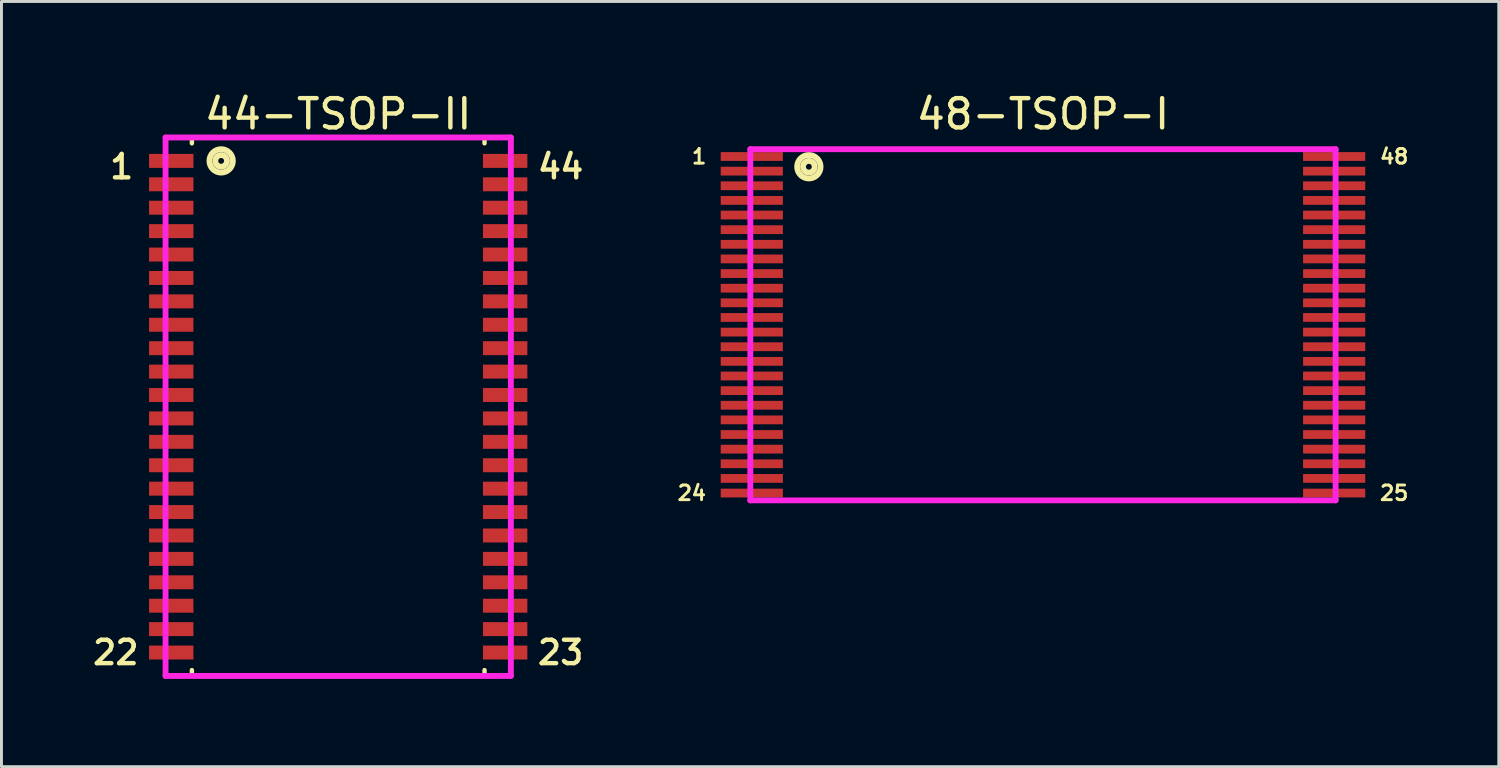
<source format=kicad_pcb>
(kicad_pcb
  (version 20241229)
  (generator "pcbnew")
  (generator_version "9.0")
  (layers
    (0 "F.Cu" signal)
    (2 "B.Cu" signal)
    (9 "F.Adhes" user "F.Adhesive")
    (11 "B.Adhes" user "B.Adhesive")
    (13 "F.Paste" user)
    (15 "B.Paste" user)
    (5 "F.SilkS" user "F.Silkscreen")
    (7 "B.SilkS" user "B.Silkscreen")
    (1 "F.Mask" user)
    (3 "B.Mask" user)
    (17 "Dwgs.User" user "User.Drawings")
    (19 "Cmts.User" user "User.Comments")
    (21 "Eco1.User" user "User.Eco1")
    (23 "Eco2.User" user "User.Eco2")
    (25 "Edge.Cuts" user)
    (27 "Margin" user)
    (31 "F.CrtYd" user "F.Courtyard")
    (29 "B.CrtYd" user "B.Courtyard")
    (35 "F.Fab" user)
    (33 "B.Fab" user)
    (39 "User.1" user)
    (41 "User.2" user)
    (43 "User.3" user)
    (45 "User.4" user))
  (footprint "44-TSOP-II"
    (layer "F.Cu")
    (at 8.507 10.848)
    (property "Reference" "44-TSOP-II" (at 0 -10 0) (layer "F.SilkS") (effects (font (size 1 1) (thickness 0.15))))
    (attr through_hole)
    (fp_line (start -5 -9.2) (end 5 -9.2) (stroke (width 0.15) (type solid)) (layer "F.SilkS"))
    (fp_line (start -5 -9) (end -5 -9.2) (stroke (width 0.15) (type solid)) (layer "F.SilkS"))
    (fp_line (start -5 9) (end -5 9.2) (stroke (width 0.15) (type solid)) (layer "F.SilkS"))
    (fp_line (start -5 9.2) (end 5 9.2) (stroke (width 0.15) (type solid)) (layer "F.SilkS"))
    (fp_line (start 5 -9.2) (end 5 -9) (stroke (width 0.15) (type solid)) (layer "F.SilkS"))
    (fp_line (start 5 9.2) (end 5 9) (stroke (width 0.15) (type solid)) (layer "F.SilkS"))
    (fp_circle (center -4 -8.4) (end -4 -8.8) (stroke (width 0.2) (type solid)) (fill no) (layer "F.SilkS"))
    (fp_circle (center -4 -8.4) (end -4 -8.6) (stroke (width 0.2) (type solid)) (fill no) (layer "F.SilkS"))
    (fp_line (start -5.9 -9.2) (end 5.9 -9.2) (stroke (width 0.2) (type solid)) (layer "F.CrtYd"))
    (fp_line (start -5.9 9.2) (end -5.9 -9.2) (stroke (width 0.2) (type solid)) (layer "F.CrtYd"))
    (fp_line (start 5.9 -9.2) (end 5.9 9.2) (stroke (width 0.2) (type solid)) (layer "F.CrtYd"))
    (fp_line (start 5.9 9.2) (end -5.9 9.2) (stroke (width 0.2) (type solid)) (layer "F.CrtYd"))
    (fp_text user "22" (at -7.6 8.4 0) (layer "F.SilkS") (effects (font (size 0.8 0.8) (thickness 0.15))))
    (fp_text user "23" (at 7.6 8.4 0) (layer "F.SilkS") (effects (font (size 0.8 0.8) (thickness 0.15))))
    (fp_text user "1" (at -7.4 -8.2 0) (layer "F.SilkS") (effects (font (size 0.8 0.8) (thickness 0.15))))
    (fp_text user "44" (at 7.6 -8.2 0) (layer "F.SilkS") (effects (font (size 0.8 0.8) (thickness 0.15))))
    (pad "1" smd rect (at -5.705 -8.4) (size 1.517 0.477) (layers "F.Cu" "F.Mask" "F.Paste"))
    (pad "2" smd rect (at -5.705 -7.6) (size 1.517 0.477) (layers "F.Cu" "F.Mask" "F.Paste"))
    (pad "3" smd rect (at -5.705 -6.8) (size 1.517 0.477) (layers "F.Cu" "F.Mask" "F.Paste"))
    (pad "4" smd rect (at -5.705 -6) (size 1.517 0.477) (layers "F.Cu" "F.Mask" "F.Paste"))
    (pad "5" smd rect (at -5.705 -5.2) (size 1.517 0.477) (layers "F.Cu" "F.Mask" "F.Paste"))
    (pad "6" smd rect (at -5.705 -4.4) (size 1.517 0.477) (layers "F.Cu" "F.Mask" "F.Paste"))
    (pad "7" smd rect (at -5.705 -3.6) (size 1.517 0.477) (layers "F.Cu" "F.Mask" "F.Paste"))
    (pad "8" smd rect (at -5.705 -2.8) (size 1.517 0.477) (layers "F.Cu" "F.Mask" "F.Paste"))
    (pad "9" smd rect (at -5.705 -2) (size 1.517 0.477) (layers "F.Cu" "F.Mask" "F.Paste"))
    (pad "10" smd rect (at -5.705 -1.2) (size 1.517 0.477) (layers "F.Cu" "F.Mask" "F.Paste"))
    (pad "11" smd rect (at -5.705 -0.4) (size 1.517 0.477) (layers "F.Cu" "F.Mask" "F.Paste"))
    (pad "12" smd rect (at -5.705 0.4) (size 1.517 0.477) (layers "F.Cu" "F.Mask" "F.Paste"))
    (pad "13" smd rect (at -5.705 1.2) (size 1.517 0.477) (layers "F.Cu" "F.Mask" "F.Paste"))
    (pad "14" smd rect (at -5.705 2) (size 1.517 0.477) (layers "F.Cu" "F.Mask" "F.Paste"))
    (pad "15" smd rect (at -5.705 2.8) (size 1.517 0.477) (layers "F.Cu" "F.Mask" "F.Paste"))
    (pad "16" smd rect (at -5.705 3.6) (size 1.517 0.477) (layers "F.Cu" "F.Mask" "F.Paste"))
    (pad "17" smd rect (at -5.705 4.4) (size 1.517 0.477) (layers "F.Cu" "F.Mask" "F.Paste"))
    (pad "18" smd rect (at -5.705 5.2) (size 1.517 0.477) (layers "F.Cu" "F.Mask" "F.Paste"))
    (pad "19" smd rect (at -5.705 6) (size 1.517 0.477) (layers "F.Cu" "F.Mask" "F.Paste"))
    (pad "20" smd rect (at -5.705 6.8) (size 1.517 0.477) (layers "F.Cu" "F.Mask" "F.Paste"))
    (pad "21" smd rect (at -5.705 7.6) (size 1.517 0.477) (layers "F.Cu" "F.Mask" "F.Paste"))
    (pad "22" smd rect (at -5.705 8.4) (size 1.517 0.477) (layers "F.Cu" "F.Mask" "F.Paste"))
    (pad "23" smd rect (at 5.705 8.4) (size 1.517 0.477) (layers "F.Cu" "F.Mask" "F.Paste"))
    (pad "24" smd rect (at 5.705 7.6) (size 1.517 0.477) (layers "F.Cu" "F.Mask" "F.Paste"))
    (pad "25" smd rect (at 5.705 6.8) (size 1.517 0.477) (layers "F.Cu" "F.Mask" "F.Paste"))
    (pad "26" smd rect (at 5.705 6) (size 1.517 0.477) (layers "F.Cu" "F.Mask" "F.Paste"))
    (pad "27" smd rect (at 5.705 5.2) (size 1.517 0.477) (layers "F.Cu" "F.Mask" "F.Paste"))
    (pad "28" smd rect (at 5.705 4.4) (size 1.517 0.477) (layers "F.Cu" "F.Mask" "F.Paste"))
    (pad "29" smd rect (at 5.705 3.6) (size 1.517 0.477) (layers "F.Cu" "F.Mask" "F.Paste"))
    (pad "30" smd rect (at 5.705 2.8) (size 1.517 0.477) (layers "F.Cu" "F.Mask" "F.Paste"))
    (pad "31" smd rect (at 5.705 2) (size 1.517 0.477) (layers "F.Cu" "F.Mask" "F.Paste"))
    (pad "32" smd rect (at 5.705 1.2) (size 1.517 0.477) (layers "F.Cu" "F.Mask" "F.Paste"))
    (pad "33" smd rect (at 5.705 0.4) (size 1.517 0.477) (layers "F.Cu" "F.Mask" "F.Paste"))
    (pad "34" smd rect (at 5.705 -0.4) (size 1.517 0.477) (layers "F.Cu" "F.Mask" "F.Paste"))
    (pad "35" smd rect (at 5.705 -1.2) (size 1.517 0.477) (layers "F.Cu" "F.Mask" "F.Paste"))
    (pad "36" smd rect (at 5.705 -2) (size 1.517 0.477) (layers "F.Cu" "F.Mask" "F.Paste"))
    (pad "37" smd rect (at 5.705 -2.8) (size 1.517 0.477) (layers "F.Cu" "F.Mask" "F.Paste"))
    (pad "38" smd rect (at 5.705 -3.6) (size 1.517 0.477) (layers "F.Cu" "F.Mask" "F.Paste"))
    (pad "39" smd rect (at 5.705 -4.4) (size 1.517 0.477) (layers "F.Cu" "F.Mask" "F.Paste"))
    (pad "40" smd rect (at 5.705 -5.2) (size 1.517 0.477) (layers "F.Cu" "F.Mask" "F.Paste"))
    (pad "41" smd rect (at 5.705 -6) (size 1.517 0.477) (layers "F.Cu" "F.Mask" "F.Paste"))
    (pad "42" smd rect (at 5.705 -6.8) (size 1.517 0.477) (layers "F.Cu" "F.Mask" "F.Paste"))
    (pad "43" smd rect (at 5.705 -7.6) (size 1.517 0.477) (layers "F.Cu" "F.Mask" "F.Paste"))
    (pad "44" smd rect (at 5.705 -8.4) (size 1.517 0.477) (layers "F.Cu" "F.Mask" "F.Paste")))
  (footprint "48-TSOP-I"
    (layer "F.Cu")
    (at 32.59 8.048)
    (property "Reference" "48-TSOP-I" (at 0 -7.2 0) (layer "F.SilkS") (effects (font (size 1 1) (thickness 0.15))))
    (attr through_hole)
    (fp_line (start -8.6 -6) (end 8.6 -6) (stroke (width 0.15) (type solid)) (layer "F.SilkS"))
    (fp_line (start -8.6 6) (end 8.6 6) (stroke (width 0.15) (type solid)) (layer "F.SilkS"))
    (fp_circle (center -8 -5.4) (end -8 -5.2) (stroke (width 0.2) (type solid)) (fill no) (layer "F.SilkS"))
    (fp_circle (center -8 -5.4) (end -8 -5) (stroke (width 0.2) (type solid)) (fill no) (layer "F.SilkS"))
    (fp_line (start -10 -6) (end 10 -6) (stroke (width 0.2) (type solid)) (layer "F.CrtYd"))
    (fp_line (start -10 6) (end -10 -6) (stroke (width 0.2) (type solid)) (layer "F.CrtYd"))
    (fp_line (start 10 -6) (end 10 6) (stroke (width 0.2) (type solid)) (layer "F.CrtYd"))
    (fp_line (start 10 6) (end -10 6) (stroke (width 0.2) (type solid)) (layer "F.CrtYd"))
    (fp_text user "24" (at -12 5.75 0) (layer "F.SilkS") (effects (font (size 0.5 0.5) (thickness 0.1))))
    (fp_text user "25" (at 12 5.75 0) (layer "F.SilkS") (effects (font (size 0.5 0.5) (thickness 0.1))))
    (fp_text user "1" (at -11.75 -5.75 0) (layer "F.SilkS") (effects (font (size 0.5 0.5) (thickness 0.1))))
    (fp_text user "48" (at 12 -5.75 0) (layer "F.SilkS") (effects (font (size 0.5 0.5) (thickness 0.1))))
    (pad "1" smd rect (at -9.95 -5.75) (size 2.124 0.3) (layers "F.Cu" "F.Mask" "F.Paste"))
    (pad "2" smd rect (at -9.95 -5.25) (size 2.124 0.3) (layers "F.Cu" "F.Mask" "F.Paste"))
    (pad "3" smd rect (at -9.95 -4.75) (size 2.124 0.3) (layers "F.Cu" "F.Mask" "F.Paste"))
    (pad "4" smd rect (at -9.95 -4.25) (size 2.124 0.3) (layers "F.Cu" "F.Mask" "F.Paste"))
    (pad "5" smd rect (at -9.95 -3.75) (size 2.124 0.3) (layers "F.Cu" "F.Mask" "F.Paste"))
    (pad "6" smd rect (at -9.95 -3.25) (size 2.124 0.3) (layers "F.Cu" "F.Mask" "F.Paste"))
    (pad "7" smd rect (at -9.95 -2.75) (size 2.124 0.3) (layers "F.Cu" "F.Mask" "F.Paste"))
    (pad "8" smd rect (at -9.95 -2.25) (size 2.124 0.3) (layers "F.Cu" "F.Mask" "F.Paste"))
    (pad "9" smd rect (at -9.95 -1.75) (size 2.124 0.3) (layers "F.Cu" "F.Mask" "F.Paste"))
    (pad "10" smd rect (at -9.95 -1.25) (size 2.124 0.3) (layers "F.Cu" "F.Mask" "F.Paste"))
    (pad "11" smd rect (at -9.95 -0.75) (size 2.124 0.3) (layers "F.Cu" "F.Mask" "F.Paste"))
    (pad "12" smd rect (at -9.95 -0.25) (size 2.124 0.3) (layers "F.Cu" "F.Mask" "F.Paste"))
    (pad "13" smd rect (at -9.95 0.25) (size 2.124 0.3) (layers "F.Cu" "F.Mask" "F.Paste"))
    (pad "14" smd rect (at -9.95 0.75) (size 2.124 0.3) (layers "F.Cu" "F.Mask" "F.Paste"))
    (pad "15" smd rect (at -9.95 1.25) (size 2.124 0.3) (layers "F.Cu" "F.Mask" "F.Paste"))
    (pad "16" smd rect (at -9.95 1.75) (size 2.124 0.3) (layers "F.Cu" "F.Mask" "F.Paste"))
    (pad "17" smd rect (at -9.95 2.25) (size 2.124 0.3) (layers "F.Cu" "F.Mask" "F.Paste"))
    (pad "18" smd rect (at -9.95 2.75) (size 2.124 0.3) (layers "F.Cu" "F.Mask" "F.Paste"))
    (pad "19" smd rect (at -9.95 3.25) (size 2.124 0.3) (layers "F.Cu" "F.Mask" "F.Paste"))
    (pad "20" smd rect (at -9.95 3.75) (size 2.124 0.3) (layers "F.Cu" "F.Mask" "F.Paste"))
    (pad "21" smd rect (at -9.95 4.25) (size 2.124 0.3) (layers "F.Cu" "F.Mask" "F.Paste"))
    (pad "22" smd rect (at -9.95 4.75) (size 2.124 0.3) (layers "F.Cu" "F.Mask" "F.Paste"))
    (pad "23" smd rect (at -9.95 5.25) (size 2.124 0.3) (layers "F.Cu" "F.Mask" "F.Paste"))
    (pad "24" smd rect (at -9.95 5.75) (size 2.124 0.3) (layers "F.Cu" "F.Mask" "F.Paste"))
    (pad "25" smd rect (at 9.95 5.75) (size 2.124 0.3) (layers "F.Cu" "F.Mask" "F.Paste"))
    (pad "26" smd rect (at 9.95 5.25) (size 2.124 0.3) (layers "F.Cu" "F.Mask" "F.Paste"))
    (pad "27" smd rect (at 9.95 4.75) (size 2.124 0.3) (layers "F.Cu" "F.Mask" "F.Paste"))
    (pad "28" smd rect (at 9.95 4.25) (size 2.124 0.3) (layers "F.Cu" "F.Mask" "F.Paste"))
    (pad "29" smd rect (at 9.95 3.75) (size 2.124 0.3) (layers "F.Cu" "F.Mask" "F.Paste"))
    (pad "30" smd rect (at 9.95 3.25) (size 2.124 0.3) (layers "F.Cu" "F.Mask" "F.Paste"))
    (pad "31" smd rect (at 9.95 2.75) (size 2.124 0.3) (layers "F.Cu" "F.Mask" "F.Paste"))
    (pad "32" smd rect (at 9.95 2.25) (size 2.124 0.3) (layers "F.Cu" "F.Mask" "F.Paste"))
    (pad "33" smd rect (at 9.95 1.75) (size 2.124 0.3) (layers "F.Cu" "F.Mask" "F.Paste"))
    (pad "34" smd rect (at 9.95 1.25) (size 2.124 0.3) (layers "F.Cu" "F.Mask" "F.Paste"))
    (pad "35" smd rect (at 9.95 0.75) (size 2.124 0.3) (layers "F.Cu" "F.Mask" "F.Paste"))
    (pad "36" smd rect (at 9.95 0.25) (size 2.124 0.3) (layers "F.Cu" "F.Mask" "F.Paste"))
    (pad "37" smd rect (at 9.95 -0.25) (size 2.124 0.3) (layers "F.Cu" "F.Mask" "F.Paste"))
    (pad "38" smd rect (at 9.95 -0.75) (size 2.124 0.3) (layers "F.Cu" "F.Mask" "F.Paste"))
    (pad "39" smd rect (at 9.95 -1.25) (size 2.124 0.3) (layers "F.Cu" "F.Mask" "F.Paste"))
    (pad "40" smd rect (at 9.95 -1.75) (size 2.124 0.3) (layers "F.Cu" "F.Mask" "F.Paste"))
    (pad "41" smd rect (at 9.95 -2.25) (size 2.124 0.3) (layers "F.Cu" "F.Mask" "F.Paste"))
    (pad "42" smd rect (at 9.95 -2.75) (size 2.124 0.3) (layers "F.Cu" "F.Mask" "F.Paste"))
    (pad "43" smd rect (at 9.95 -3.25) (size 2.124 0.3) (layers "F.Cu" "F.Mask" "F.Paste"))
    (pad "44" smd rect (at 9.95 -3.75) (size 2.124 0.3) (layers "F.Cu" "F.Mask" "F.Paste"))
    (pad "45" smd rect (at 9.95 -4.25) (size 2.124 0.3) (layers "F.Cu" "F.Mask" "F.Paste"))
    (pad "46" smd rect (at 9.95 -4.75) (size 2.124 0.3) (layers "F.Cu" "F.Mask" "F.Paste"))
    (pad "47" smd rect (at 9.95 -5.25) (size 2.124 0.3) (layers "F.Cu" "F.Mask" "F.Paste"))
    (pad "48" smd rect (at 9.95 -5.75) (size 2.124 0.3) (layers "F.Cu" "F.Mask" "F.Paste")))
  (gr_rect
    (start -3 -3)
    (end 48.166 23.148)
    (stroke (width 0.1) (type default))
    (fill no)
    (layer "Edge.Cuts")))
</source>
